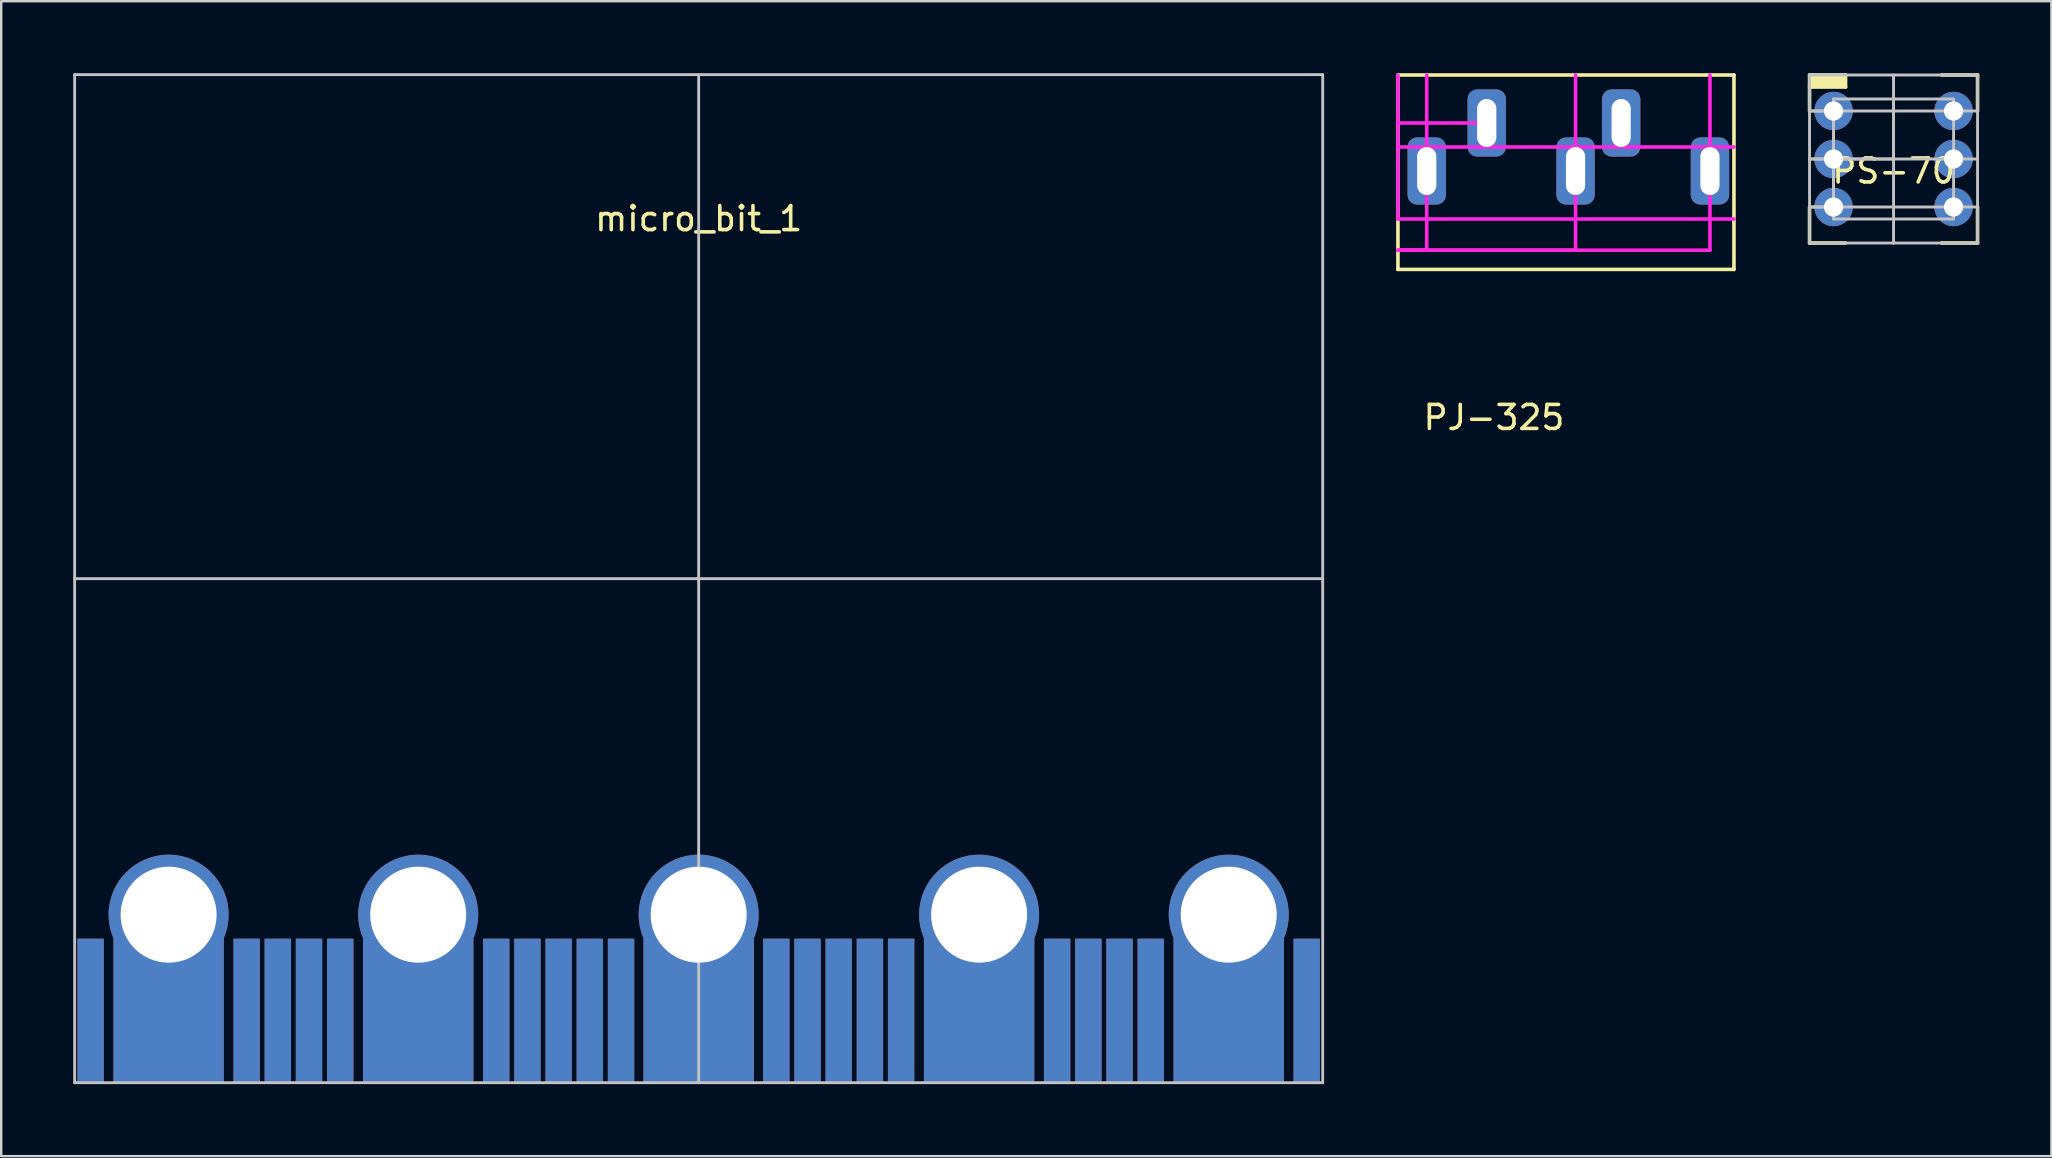
<source format=kicad_pcb>
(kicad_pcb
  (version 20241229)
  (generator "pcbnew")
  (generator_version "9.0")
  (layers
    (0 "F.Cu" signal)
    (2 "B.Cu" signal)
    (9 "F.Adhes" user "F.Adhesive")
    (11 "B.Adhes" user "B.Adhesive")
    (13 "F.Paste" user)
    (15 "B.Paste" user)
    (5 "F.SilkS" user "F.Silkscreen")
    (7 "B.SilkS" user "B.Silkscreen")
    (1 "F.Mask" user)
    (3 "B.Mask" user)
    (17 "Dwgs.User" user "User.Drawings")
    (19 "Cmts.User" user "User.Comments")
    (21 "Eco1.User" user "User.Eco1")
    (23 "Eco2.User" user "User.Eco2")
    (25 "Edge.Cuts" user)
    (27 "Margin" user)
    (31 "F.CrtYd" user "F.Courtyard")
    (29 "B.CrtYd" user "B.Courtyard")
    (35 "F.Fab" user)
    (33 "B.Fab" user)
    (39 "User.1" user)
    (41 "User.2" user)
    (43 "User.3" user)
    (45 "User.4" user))
  (footprint "PS-70"
    (layer "F.Cu")
    (at 75.845 3.575)
    (property "Reference" "PS-70" (at 0 0.5 0) (layer "F.SilkS") (effects (font (size 1 1) (thickness 0.15))))
    (attr through_hole)
    (fp_line (start -3.5 -3.5) (end -2 -3.5) (stroke (width 0.15) (type solid)) (layer "F.SilkS"))
    (fp_line (start -3.5 -3) (end -2 -3) (stroke (width 0.15) (type solid)) (layer "F.SilkS"))
    (fp_line (start -3.5 -2) (end -3.5 -3.5) (stroke (width 0.15) (type solid)) (layer "F.SilkS"))
    (fp_line (start -3.5 2) (end -3.5 3.5) (stroke (width 0.15) (type solid)) (layer "F.SilkS"))
    (fp_line (start -3.5 3.5) (end -2 3.5) (stroke (width 0.15) (type solid)) (layer "F.SilkS"))
    (fp_line (start -2 -3.5) (end -2 -3) (stroke (width 0.15) (type solid)) (layer "F.SilkS"))
    (fp_line (start 2 -3.5) (end 3.5 -3.5) (stroke (width 0.15) (type solid)) (layer "F.SilkS"))
    (fp_line (start 2 3.5) (end 3.5 3.5) (stroke (width 0.15) (type solid)) (layer "F.SilkS"))
    (fp_line (start 3.5 -3.5) (end 3.5 -2) (stroke (width 0.15) (type solid)) (layer "F.SilkS"))
    (fp_line (start 3.5 3.5) (end 3.5 2) (stroke (width 0.15) (type solid)) (layer "F.SilkS"))
    (fp_poly (pts (xy -3.5 -3.5) (xy -2 -3.5) (xy -2 -3) (xy -3.5 -3)) (stroke (width 0.1) (type solid)) (fill yes) (layer "F.SilkS"))
    (fp_line (start -3.5 -3.5) (end -3.5 0) (stroke (width 0.12) (type solid)) (layer "Dwgs.User"))
    (fp_line (start -3.5 -2) (end -2.5 -2) (stroke (width 0.12) (type solid)) (layer "Dwgs.User"))
    (fp_line (start -3.5 0) (end -3.5 3.5) (stroke (width 0.12) (type solid)) (layer "Dwgs.User"))
    (fp_line (start -3.5 0) (end 0 0) (stroke (width 0.12) (type solid)) (layer "Dwgs.User"))
    (fp_line (start -3.5 2) (end 3.5 2) (stroke (width 0.12) (type solid)) (layer "Dwgs.User"))
    (fp_line (start -3.5 3.5) (end 0 3.5) (stroke (width 0.12) (type solid)) (layer "Dwgs.User"))
    (fp_line (start -2.5 -2.5) (end -2.5 2.5) (stroke (width 0.12) (type solid)) (layer "Dwgs.User"))
    (fp_line (start -2.5 -2) (end -3.5 -2) (stroke (width 0.12) (type solid)) (layer "Dwgs.User"))
    (fp_line (start -2.5 -2) (end 3.5 -2) (stroke (width 0.12) (type solid)) (layer "Dwgs.User"))
    (fp_line (start -2.5 0) (end -2.5 -2) (stroke (width 0.12) (type solid)) (layer "Dwgs.User"))
    (fp_line (start -2.5 0) (end -2.5 2) (stroke (width 0.12) (type solid)) (layer "Dwgs.User"))
    (fp_line (start -2.5 2) (end -3.5 2) (stroke (width 0.12) (type solid)) (layer "Dwgs.User"))
    (fp_line (start -2.5 2.5) (end 2.5 2.5) (stroke (width 0.12) (type solid)) (layer "Dwgs.User"))
    (fp_line (start 0 -3.5) (end 0 3.5) (stroke (width 0.12) (type solid)) (layer "Dwgs.User"))
    (fp_line (start 0 -2.5) (end -2.5 -2.5) (stroke (width 0.12) (type solid)) (layer "Dwgs.User"))
    (fp_line (start 0 0) (end -3.5 0) (stroke (width 0.12) (type solid)) (layer "Dwgs.User"))
    (fp_line (start 0 0) (end 0 -2.5) (stroke (width 0.12) (type solid)) (layer "Dwgs.User"))
    (fp_line (start 0 0) (end 3.5 0) (stroke (width 0.12) (type solid)) (layer "Dwgs.User"))
    (fp_line (start 0 3.5) (end 3.5 3.5) (stroke (width 0.12) (type solid)) (layer "Dwgs.User"))
    (fp_line (start 2.5 -2.5) (end 0 -2.5) (stroke (width 0.12) (type solid)) (layer "Dwgs.User"))
    (fp_line (start 2.5 2.5) (end 2.5 -2.5) (stroke (width 0.12) (type solid)) (layer "Dwgs.User"))
    (fp_line (start 3.5 -3.5) (end -3.5 -3.5) (stroke (width 0.12) (type solid)) (layer "Dwgs.User"))
    (fp_line (start 3.5 0) (end 3.5 -3.5) (stroke (width 0.12) (type solid)) (layer "Dwgs.User"))
    (fp_line (start 3.5 3.5) (end 3.5 0) (stroke (width 0.12) (type solid)) (layer "Dwgs.User"))
    (pad "1" thru_hole circle (at -2.5 -2) (size 1.6 1.6) (drill 0.8) (layers "*.Cu" "*.Mask"))
    (pad "2" thru_hole circle (at -2.5 0) (size 1.6 1.6) (drill 0.8) (layers "*.Cu" "*.Mask"))
    (pad "3" thru_hole circle (at -2.5 2) (size 1.6 1.6) (drill 0.8) (layers "*.Cu" "*.Mask"))
    (pad "4" thru_hole circle (at 2.5 -2) (size 1.6 1.6) (drill 0.8) (layers "*.Cu" "*.Mask"))
    (pad "5" thru_hole circle (at 2.5 0) (size 1.6 1.6) (drill 0.8) (layers "*.Cu" "*.Mask"))
    (pad "6" thru_hole circle (at 2.5 2) (size 1.6 1.6) (drill 0.8) (layers "*.Cu" "*.Mask")))
  (footprint "micro_bit_1"
    (layer "F.Cu")
    (at 26.06 21.06)
    (property "Reference" "micro_bit_1" (at 0 -15 0) (layer "F.SilkS") (effects (font (size 1 1) (thickness 0.15))))
    (attr through_hole)
    (fp_line (start -26 -21) (end -26 21) (stroke (width 0.12) (type solid)) (layer "Dwgs.User"))
    (fp_line (start -26 0) (end 26 0) (stroke (width 0.12) (type solid)) (layer "Dwgs.User"))
    (fp_line (start -26 21) (end 0 21) (stroke (width 0.12) (type solid)) (layer "Dwgs.User"))
    (fp_line (start 0 21) (end 0 -21) (stroke (width 0.12) (type solid)) (layer "Dwgs.User"))
    (fp_line (start 0 21) (end 26 21) (stroke (width 0.12) (type solid)) (layer "Dwgs.User"))
    (fp_line (start 26 -21) (end -26 -21) (stroke (width 0.12) (type solid)) (layer "Dwgs.User"))
    (fp_line (start 26 21) (end 26 -21) (stroke (width 0.12) (type solid)) (layer "Dwgs.User"))
    (fp_arc (start -26 -18) (mid -25.12132 -20.12132) (end -23 -21) (stroke (width 0.12) (type solid)) (layer "Eco1.User"))
    (fp_arc (start -23 21) (mid -25.12132 20.12132) (end -26 18) (stroke (width 0.12) (type solid)) (layer "Eco1.User"))
    (fp_arc (start 23 -21) (mid 25.12132 -20.12132) (end 26 -18) (stroke (width 0.12) (type solid)) (layer "Eco1.User"))
    (fp_arc (start 26 18) (mid 25.12132 20.12132) (end 23 21) (stroke (width 0.12) (type solid)) (layer "Eco1.User"))
    (pad "1" smd rect (at 25.335 18) (size 1.1 6) (layers "F.Cu" "F.Mask" "F.Paste"))
    (pad "2" smd rect (at 18.835 18) (size 1.1 6) (layers "F.Cu" "F.Mask" "F.Paste"))
    (pad "3" smd rect (at 17.535 18) (size 1.1 6) (layers "F.Cu" "F.Mask" "F.Paste"))
    (pad "4" smd rect (at 16.235 18) (size 1.1 6) (layers "F.Cu" "F.Mask" "F.Paste"))
    (pad "5" smd rect (at 14.935 18) (size 1.1 6) (layers "F.Cu" "F.Mask" "F.Paste"))
    (pad "6" smd rect (at 8.435 18) (size 1.1 6) (layers "F.Cu" "F.Mask" "F.Paste"))
    (pad "7" smd rect (at 7.135 18) (size 1.1 6) (layers "F.Cu" "F.Mask" "F.Paste"))
    (pad "8" smd rect (at 5.835 18) (size 1.1 6) (layers "F.Cu" "F.Mask" "F.Paste"))
    (pad "9" smd rect (at 4.535 18) (size 1.1 6) (layers "F.Cu" "F.Mask" "F.Paste"))
    (pad "10" smd rect (at 3.235 18) (size 1.1 6) (layers "F.Cu" "F.Mask" "F.Paste"))
    (pad "11" smd rect (at -3.235 18) (size 1.1 6) (layers "F.Cu" "F.Mask" "F.Paste"))
    (pad "12" smd rect (at -4.535 18) (size 1.1 6) (layers "F.Cu" "F.Mask" "F.Paste"))
    (pad "13" smd rect (at -5.835 18) (size 1.1 6) (layers "F.Cu" "F.Mask" "F.Paste"))
    (pad "14" smd rect (at -7.135 18) (size 1.1 6) (layers "F.Cu" "F.Mask" "F.Paste"))
    (pad "15" smd rect (at -8.435 18) (size 1.1 6) (layers "F.Cu" "F.Mask" "F.Paste"))
    (pad "16" smd rect (at -14.935 18) (size 1.1 6) (layers "F.Cu" "F.Mask" "F.Paste"))
    (pad "17" smd rect (at -16.235 18) (size 1.1 6) (layers "F.Cu" "F.Mask" "F.Paste"))
    (pad "18" smd rect (at -17.535 18) (size 1.1 6) (layers "F.Cu" "F.Mask" "F.Paste"))
    (pad "19" smd rect (at -18.835 18) (size 1.1 6) (layers "F.Cu" "F.Mask" "F.Paste"))
    (pad "20" smd rect (at -25.335 18) (size 1.1 6) (layers "F.Cu" "F.Mask" "F.Paste"))
    (pad "21" smd rect (at 25.335 18 180) (size 1.1 6) (layers "B.Cu" "B.Mask" "B.Paste"))
    (pad "22" smd rect (at 18.835 18 180) (size 1.1 6) (layers "B.Cu" "B.Mask" "B.Paste"))
    (pad "23" smd rect (at 17.535 18 180) (size 1.1 6) (layers "B.Cu" "B.Mask" "B.Paste"))
    (pad "24" smd rect (at 16.235 18 180) (size 1.1 6) (layers "B.Cu" "B.Mask" "B.Paste"))
    (pad "25" smd rect (at 14.935 18 180) (size 1.1 6) (layers "B.Cu" "B.Mask" "B.Paste"))
    (pad "26" smd rect (at 8.435 18 180) (size 1.1 6) (layers "B.Cu" "B.Mask" "B.Paste"))
    (pad "27" smd rect (at 7.135 18 180) (size 1.1 6) (layers "B.Cu" "B.Mask" "B.Paste"))
    (pad "28" smd rect (at 5.835 18 180) (size 1.1 6) (layers "B.Cu" "B.Mask" "B.Paste"))
    (pad "29" smd rect (at 4.535 18 180) (size 1.1 6) (layers "B.Cu" "B.Mask" "B.Paste"))
    (pad "30" smd rect (at 3.235 18 180) (size 1.1 6) (layers "B.Cu" "B.Mask" "B.Paste"))
    (pad "31" smd rect (at -3.235 18 180) (size 1.1 6) (layers "B.Cu" "B.Mask" "B.Paste"))
    (pad "32" smd rect (at -4.535 18 180) (size 1.1 6) (layers "B.Cu" "B.Mask" "B.Paste"))
    (pad "33" smd rect (at -5.835 18 180) (size 1.1 6) (layers "B.Cu" "B.Mask" "B.Paste"))
    (pad "34" smd rect (at -7.135 18 180) (size 1.1 6) (layers "B.Cu" "B.Mask" "B.Paste"))
    (pad "35" smd rect (at -8.435 18 180) (size 1.1 6) (layers "B.Cu" "B.Mask" "B.Paste"))
    (pad "36" smd rect (at -14.935 18 180) (size 1.1 6) (layers "B.Cu" "B.Mask" "B.Paste"))
    (pad "37" smd rect (at -16.235 18 180) (size 1.1 6) (layers "B.Cu" "B.Mask" "B.Paste"))
    (pad "38" smd rect (at -17.535 18 180) (size 1.1 6) (layers "B.Cu" "B.Mask" "B.Paste"))
    (pad "39" smd rect (at -18.835 18 180) (size 1.1 6) (layers "B.Cu" "B.Mask" "B.Paste"))
    (pad "40" smd rect (at -25.335 18 180) (size 1.1 6) (layers "B.Cu" "B.Mask" "B.Paste"))
    (pad "41" thru_hole circle (at -22.085 14) (size 5 5) (drill 4) (layers "*.Cu" "*.Mask"))
    (pad "41" smd rect (at -22.085 18) (size 4.6 6) (layers "F.Cu" "F.Mask" "F.Paste"))
    (pad "41" smd rect (at -22.085 18 180) (size 4.6 6) (layers "B.Cu" "B.Mask" "B.Paste"))
    (pad "42" thru_hole circle (at -11.685 14) (size 5 5) (drill 4) (layers "*.Cu" "*.Mask"))
    (pad "42" smd rect (at -11.685 18) (size 4.6 6) (layers "F.Cu" "F.Mask" "F.Paste"))
    (pad "42" smd rect (at -11.685 18 180) (size 4.6 6) (layers "B.Cu" "B.Mask" "B.Paste"))
    (pad "43" thru_hole circle (at 0 14) (size 5 5) (drill 4) (layers "*.Cu" "*.Mask"))
    (pad "43" smd rect (at 0 18) (size 4.6 6) (layers "F.Cu" "F.Mask" "F.Paste"))
    (pad "43" smd rect (at 0 18 180) (size 4.6 6) (layers "B.Cu" "B.Mask" "B.Paste"))
    (pad "44" thru_hole circle (at 11.685 14) (size 5 5) (drill 4) (layers "*.Cu" "*.Mask"))
    (pad "44" smd rect (at 11.685 18) (size 4.6 6) (layers "F.Cu" "F.Mask" "F.Paste"))
    (pad "44" smd rect (at 11.685 18 180) (size 4.6 6) (layers "B.Cu" "B.Mask" "B.Paste"))
    (pad "45" thru_hole circle (at 22.085 14) (size 5 5) (drill 4) (layers "*.Cu" "*.Mask"))
    (pad "45" smd rect (at 22.085 18) (size 4.6 6) (layers "F.Cu" "F.Mask" "F.Paste"))
    (pad "45" smd rect (at 22.085 18 180) (size 4.6 6) (layers "B.Cu" "B.Mask" "B.Paste")))
  (footprint "PJ-325"
    (layer "F.Cu")
    (at 59.195 13.075)
    (property "Reference" "PJ-325" (at 0 1.27 0) (layer "F.SilkS") (effects (font (size 1 1) (thickness 0.15))))
    (attr through_hole)
    (fp_line (start -4 -13) (end -4 -4.9) (stroke (width 0.15) (type solid)) (layer "F.SilkS"))
    (fp_line (start -4 -4.9) (end 10 -4.9) (stroke (width 0.15) (type solid)) (layer "F.SilkS"))
    (fp_line (start 10 -13) (end -4 -13) (stroke (width 0.15) (type solid)) (layer "F.SilkS"))
    (fp_line (start 10 -4.9) (end 10 -13) (stroke (width 0.15) (type solid)) (layer "F.SilkS"))
    (fp_line (start -4 -13) (end -4 -7) (stroke (width 0.15) (type solid)) (layer "F.CrtYd"))
    (fp_line (start -4 -11) (end -0.3 -11) (stroke (width 0.15) (type solid)) (layer "F.CrtYd"))
    (fp_line (start -4 -10) (end 10 -10) (stroke (width 0.15) (type solid)) (layer "F.CrtYd"))
    (fp_line (start -4 -7) (end 10 -7) (stroke (width 0.15) (type solid)) (layer "F.CrtYd"))
    (fp_line (start -4 -5.7) (end -2.8 -5.7) (stroke (width 0.15) (type solid)) (layer "F.CrtYd"))
    (fp_line (start -4 -5.7) (end 3.4 -5.7) (stroke (width 0.15) (type solid)) (layer "F.CrtYd"))
    (fp_line (start -4 -5.7) (end 9 -5.7) (stroke (width 0.15) (type solid)) (layer "F.CrtYd"))
    (fp_line (start -2.8 -5.7) (end -2.8 -13) (stroke (width 0.15) (type solid)) (layer "F.CrtYd"))
    (fp_line (start 3.4 -5.7) (end 3.4 -13) (stroke (width 0.15) (type solid)) (layer "F.CrtYd"))
    (fp_line (start 9 -5.7) (end 9 -13) (stroke (width 0.15) (type solid)) (layer "F.CrtYd"))
    (pad "1" thru_hole roundrect (at -2.8 -9) (size 1.6 2.8) (drill oval 0.8 2) (layers "*.Cu" "*.Mask") (roundrect_rratio 0.25))
    (pad "2" thru_hole roundrect (at 3.4 -9) (size 1.6 2.8) (drill oval 0.8 2) (layers "*.Cu" "*.Mask") (roundrect_rratio 0.25))
    (pad "3" thru_hole roundrect (at 5.3 -11) (size 1.6 2.8) (drill oval 0.8 2) (layers "*.Cu" "*.Mask") (roundrect_rratio 0.25))
    (pad "4" thru_hole roundrect (at 9 -9) (size 1.6 2.8) (drill oval 0.8 2) (layers "*.Cu" "*.Mask") (roundrect_rratio 0.25))
    (pad "5" thru_hole roundrect (at -0.3 -11) (size 1.6 2.8) (drill oval 0.8 2) (layers "*.Cu" "*.Mask") (roundrect_rratio 0.25)))
  (gr_rect
    (start -3 -3)
    (end 82.42 45.12)
    (stroke (width 0.1) (type default))
    (fill no)
    (layer "Edge.Cuts")))
</source>
